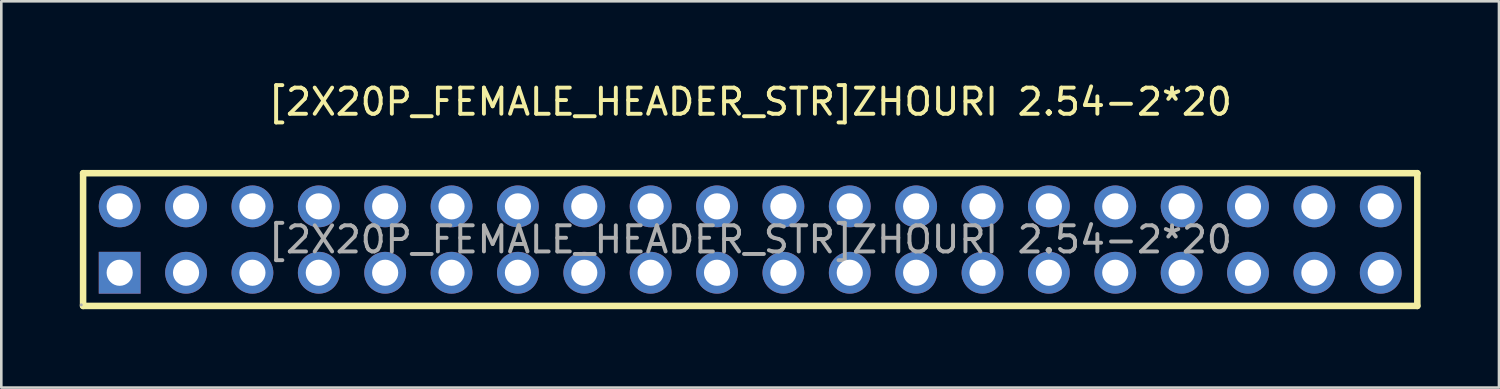
<source format=kicad_pcb>
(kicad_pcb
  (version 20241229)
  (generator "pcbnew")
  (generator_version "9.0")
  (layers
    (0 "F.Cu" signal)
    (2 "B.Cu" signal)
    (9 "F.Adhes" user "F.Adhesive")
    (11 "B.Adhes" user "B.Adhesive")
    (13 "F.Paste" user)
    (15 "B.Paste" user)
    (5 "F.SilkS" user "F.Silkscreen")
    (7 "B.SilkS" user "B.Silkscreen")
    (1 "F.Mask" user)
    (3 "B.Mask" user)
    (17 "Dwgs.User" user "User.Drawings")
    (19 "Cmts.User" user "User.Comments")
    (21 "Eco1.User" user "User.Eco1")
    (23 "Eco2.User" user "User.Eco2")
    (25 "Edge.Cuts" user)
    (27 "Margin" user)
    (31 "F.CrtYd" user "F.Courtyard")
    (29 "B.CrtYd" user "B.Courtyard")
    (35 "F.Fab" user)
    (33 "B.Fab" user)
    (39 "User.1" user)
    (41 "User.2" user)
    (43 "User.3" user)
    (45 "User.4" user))
  (footprint "[2X20P_FEMALE_HEADER_STR]ZHOURI 2.54-2*20"
    (layer "F.Cu")
    (at 25.66 6.118)
    (property "Reference" "[2X20P_FEMALE_HEADER_STR]ZHOURI 2.54-2*20" (at 0 -5.27 0) (layer "F.SilkS") (effects (font (size 1 1) (thickness 0.15))))
    (attr through_hole)
    (fp_line (start -25.53 -2.54) (end -25.53 2.54) (stroke (width 0.25) (type solid)) (layer "F.SilkS"))
    (fp_line (start -25.53 -2.54) (end 25.53 -2.54) (stroke (width 0.25) (type solid)) (layer "F.SilkS"))
    (fp_line (start -25.53 2.54) (end 25.53 2.54) (stroke (width 0.25) (type solid)) (layer "F.SilkS"))
    (fp_line (start 25.53 -2.54) (end 25.53 2.54) (stroke (width 0.25) (type solid)) (layer "F.SilkS"))
    (fp_circle (center -25.6 2.5) (end -25.57 2.5) (stroke (width 0.06) (type solid)) (fill no) (layer "F.Fab"))
    (fp_text user "${REFERENCE}" (at 0 0 0) (layer "F.Fab") (effects (font (size 1 1) (thickness 0.15))))
    (pad "1" thru_hole rect (at -24.13 1.27) (size 1.6 1.6) (drill 1) (layers "*.Cu" "*.Mask"))
    (pad "2" thru_hole circle (at -24.13 -1.27) (size 1.6 1.6) (drill 1) (layers "*.Cu" "*.Mask"))
    (pad "3" thru_hole circle (at -21.59 1.27) (size 1.6 1.6) (drill 1) (layers "*.Cu" "*.Mask"))
    (pad "4" thru_hole circle (at -21.59 -1.27) (size 1.6 1.6) (drill 1) (layers "*.Cu" "*.Mask"))
    (pad "5" thru_hole circle (at -19.05 1.27) (size 1.6 1.6) (drill 1) (layers "*.Cu" "*.Mask"))
    (pad "6" thru_hole circle (at -19.05 -1.27) (size 1.6 1.6) (drill 1) (layers "*.Cu" "*.Mask"))
    (pad "7" thru_hole circle (at -16.51 1.27) (size 1.6 1.6) (drill 1) (layers "*.Cu" "*.Mask"))
    (pad "8" thru_hole circle (at -16.51 -1.27) (size 1.6 1.6) (drill 1) (layers "*.Cu" "*.Mask"))
    (pad "9" thru_hole circle (at -13.97 1.27) (size 1.6 1.6) (drill 1) (layers "*.Cu" "*.Mask"))
    (pad "10" thru_hole circle (at -13.97 -1.27) (size 1.6 1.6) (drill 1) (layers "*.Cu" "*.Mask"))
    (pad "11" thru_hole circle (at -11.43 1.27) (size 1.6 1.6) (drill 1) (layers "*.Cu" "*.Mask"))
    (pad "12" thru_hole circle (at -11.43 -1.27) (size 1.6 1.6) (drill 1) (layers "*.Cu" "*.Mask"))
    (pad "13" thru_hole circle (at -8.89 1.27) (size 1.6 1.6) (drill 1) (layers "*.Cu" "*.Mask"))
    (pad "14" thru_hole circle (at -8.89 -1.27) (size 1.6 1.6) (drill 1) (layers "*.Cu" "*.Mask"))
    (pad "15" thru_hole circle (at -6.35 1.27) (size 1.6 1.6) (drill 1) (layers "*.Cu" "*.Mask"))
    (pad "16" thru_hole circle (at -6.35 -1.27) (size 1.6 1.6) (drill 1) (layers "*.Cu" "*.Mask"))
    (pad "17" thru_hole circle (at -3.81 1.27) (size 1.6 1.6) (drill 1) (layers "*.Cu" "*.Mask"))
    (pad "18" thru_hole circle (at -3.81 -1.27) (size 1.6 1.6) (drill 1) (layers "*.Cu" "*.Mask"))
    (pad "19" thru_hole circle (at -1.27 1.27) (size 1.6 1.6) (drill 1) (layers "*.Cu" "*.Mask"))
    (pad "20" thru_hole circle (at -1.27 -1.27) (size 1.6 1.6) (drill 1) (layers "*.Cu" "*.Mask"))
    (pad "21" thru_hole circle (at 1.27 1.27) (size 1.6 1.6) (drill 1) (layers "*.Cu" "*.Mask"))
    (pad "22" thru_hole circle (at 1.27 -1.27) (size 1.6 1.6) (drill 1) (layers "*.Cu" "*.Mask"))
    (pad "23" thru_hole circle (at 3.81 1.27) (size 1.6 1.6) (drill 1) (layers "*.Cu" "*.Mask"))
    (pad "24" thru_hole circle (at 3.81 -1.27) (size 1.6 1.6) (drill 1) (layers "*.Cu" "*.Mask"))
    (pad "25" thru_hole circle (at 6.35 1.27) (size 1.6 1.6) (drill 1) (layers "*.Cu" "*.Mask"))
    (pad "26" thru_hole circle (at 6.35 -1.27) (size 1.6 1.6) (drill 1) (layers "*.Cu" "*.Mask"))
    (pad "27" thru_hole circle (at 8.89 1.27) (size 1.6 1.6) (drill 1) (layers "*.Cu" "*.Mask"))
    (pad "28" thru_hole circle (at 8.89 -1.27) (size 1.6 1.6) (drill 1) (layers "*.Cu" "*.Mask"))
    (pad "29" thru_hole circle (at 11.43 1.27) (size 1.6 1.6) (drill 1) (layers "*.Cu" "*.Mask"))
    (pad "30" thru_hole circle (at 11.43 -1.27) (size 1.6 1.6) (drill 1) (layers "*.Cu" "*.Mask"))
    (pad "31" thru_hole circle (at 13.97 1.27) (size 1.6 1.6) (drill 1) (layers "*.Cu" "*.Mask"))
    (pad "32" thru_hole circle (at 13.97 -1.27) (size 1.6 1.6) (drill 1) (layers "*.Cu" "*.Mask"))
    (pad "33" thru_hole circle (at 16.51 1.27) (size 1.6 1.6) (drill 1) (layers "*.Cu" "*.Mask"))
    (pad "34" thru_hole circle (at 16.51 -1.27) (size 1.6 1.6) (drill 1) (layers "*.Cu" "*.Mask"))
    (pad "35" thru_hole circle (at 19.05 1.27) (size 1.6 1.6) (drill 1) (layers "*.Cu" "*.Mask"))
    (pad "36" thru_hole circle (at 19.05 -1.27) (size 1.6 1.6) (drill 1) (layers "*.Cu" "*.Mask"))
    (pad "37" thru_hole circle (at 21.59 1.27) (size 1.6 1.6) (drill 1) (layers "*.Cu" "*.Mask"))
    (pad "38" thru_hole circle (at 21.59 -1.27) (size 1.6 1.6) (drill 1) (layers "*.Cu" "*.Mask"))
    (pad "39" thru_hole circle (at 24.13 1.27) (size 1.6 1.6) (drill 1) (layers "*.Cu" "*.Mask"))
    (pad "40" thru_hole circle (at 24.13 -1.27) (size 1.6 1.6) (drill 1) (layers "*.Cu" "*.Mask")))
  (gr_rect
    (start -3 -3)
    (end 54.315 11.783)
    (stroke (width 0.1) (type default))
    (fill no)
    (layer "Edge.Cuts")))
</source>
